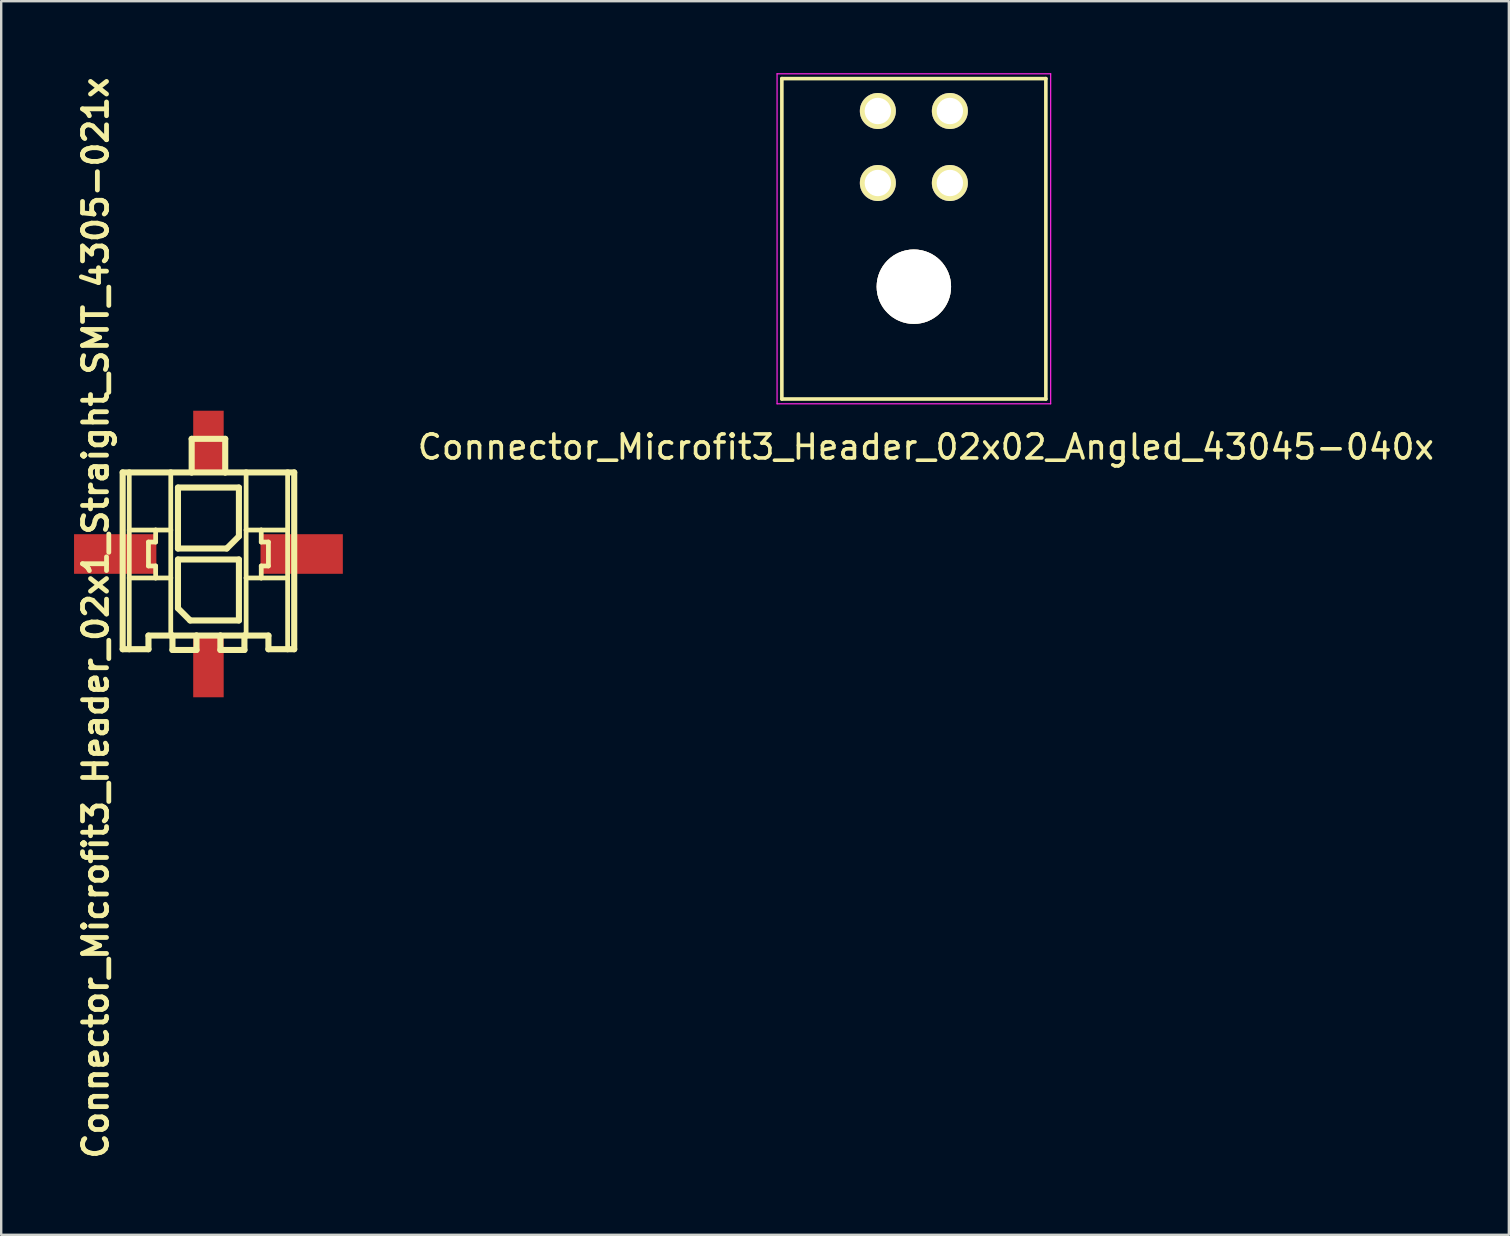
<source format=kicad_pcb>
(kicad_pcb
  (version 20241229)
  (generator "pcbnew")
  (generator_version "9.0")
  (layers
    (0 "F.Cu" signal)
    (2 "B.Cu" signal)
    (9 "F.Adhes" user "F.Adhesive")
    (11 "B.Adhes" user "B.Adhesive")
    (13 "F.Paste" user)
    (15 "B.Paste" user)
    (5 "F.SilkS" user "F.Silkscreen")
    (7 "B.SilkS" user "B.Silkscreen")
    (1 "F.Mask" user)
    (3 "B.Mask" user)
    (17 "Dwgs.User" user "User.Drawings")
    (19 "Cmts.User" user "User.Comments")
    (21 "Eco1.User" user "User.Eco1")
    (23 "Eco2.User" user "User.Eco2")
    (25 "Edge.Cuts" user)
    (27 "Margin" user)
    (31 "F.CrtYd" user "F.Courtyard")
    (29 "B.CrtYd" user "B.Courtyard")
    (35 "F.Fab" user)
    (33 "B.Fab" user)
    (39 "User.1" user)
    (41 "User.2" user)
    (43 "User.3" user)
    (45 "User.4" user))
  (footprint "Connector_Microfit3_Header_02x02_Angled_43045-040x"
    (layer "F.Cu")
    (at 36.527 4.575)
    (property "Reference" "Connector_Microfit3_Header_02x02_Angled_43045-040x" (at -1 11 0) (layer "F.SilkS") (effects (font (size 1 1) (thickness 0.15))))
    (attr through_hole)
    (fp_line (start -7 -4.35) (end 4 -4.35) (stroke (width 0.15) (type solid)) (layer "F.SilkS"))
    (fp_line (start -7 9) (end -7 -4.35) (stroke (width 0.15) (type solid)) (layer "F.SilkS"))
    (fp_line (start 4 -4.35) (end 4 9) (stroke (width 0.15) (type solid)) (layer "F.SilkS"))
    (fp_line (start 4 9) (end -7 9) (stroke (width 0.15) (type solid)) (layer "F.SilkS"))
    (fp_line (start -7.2 -4.55) (end -7.2 9.2) (stroke (width 0.05) (type solid)) (layer "F.CrtYd"))
    (fp_line (start -7.2 9.2) (end 4.2 9.2) (stroke (width 0.05) (type solid)) (layer "F.CrtYd"))
    (fp_line (start 4.2 -4.55) (end -7.2 -4.55) (stroke (width 0.05) (type solid)) (layer "F.CrtYd"))
    (fp_line (start 4.2 9.2) (end 4.2 -4.55) (stroke (width 0.05) (type solid)) (layer "F.CrtYd"))
    (pad "" thru_hole circle (at -1.5 4.32) (size 3.1 3.1) (drill 3.1) (layers "*.Cu" "*.Mask" "F.SilkS"))
    (pad "1" thru_hole circle (at 0 0) (size 1.5 1.5) (drill 1.1) (layers "*.Cu" "*.Mask" "F.SilkS"))
    (pad "2" thru_hole circle (at -3 0) (size 1.5 1.5) (drill 1.1) (layers "*.Cu" "*.Mask" "F.SilkS"))
    (pad "3" thru_hole circle (at 0 -3) (size 1.5 1.5) (drill 1.1) (layers "*.Cu" "*.Mask" "F.SilkS"))
    (pad "4" thru_hole circle (at -3 -3) (size 1.5 1.5) (drill 1.1) (layers "*.Cu" "*.Mask" "F.SilkS")))
  (footprint "Connector_Microfit3_Header_02x1_Straight_SMT_4305-021x"
    (layer "F.Cu")
    (at 5.635 20.033)
    (property "Reference" "Connector_Microfit3_Header_02x1_Straight_SMT_4305-021x" (at -4.699 2.667 90) (layer "F.SilkS") (effects (font (size 1 1) (thickness 0.2))))
    (attr smd)
    (fp_line (start -3.574 -3.399) (end -3.299 -3.399) (stroke (width 0.254) (type solid)) (layer "F.SilkS"))
    (fp_line (start -3.574 3.967) (end -3.574 -3.399) (stroke (width 0.254) (type solid)) (layer "F.SilkS"))
    (fp_line (start -3.299 -3.399) (end -1.57 -3.399) (stroke (width 0.254) (type solid)) (layer "F.SilkS"))
    (fp_line (start -3.299 -0.998) (end -3.299 -3.399) (stroke (width 0.198) (type solid)) (layer "F.SilkS"))
    (fp_line (start -3.299 0.998) (end -3.299 -0.998) (stroke (width 0.198) (type solid)) (layer "F.SilkS"))
    (fp_line (start -3.299 3.967) (end -3.574 3.967) (stroke (width 0.254) (type solid)) (layer "F.SilkS"))
    (fp_line (start -3.299 3.967) (end -3.299 0.998) (stroke (width 0.198) (type solid)) (layer "F.SilkS"))
    (fp_line (start -2.499 -0.498) (end -2.499 0.498) (stroke (width 0.198) (type solid)) (layer "F.SilkS"))
    (fp_line (start -2.499 0.498) (end -2.2 0.498) (stroke (width 0.198) (type solid)) (layer "F.SilkS"))
    (fp_line (start -2.499 3.399) (end -2.499 3.967) (stroke (width 0.254) (type solid)) (layer "F.SilkS"))
    (fp_line (start -2.499 3.967) (end -3.299 3.967) (stroke (width 0.254) (type solid)) (layer "F.SilkS"))
    (fp_line (start -2.2 -0.998) (end -3.299 -0.998) (stroke (width 0.198) (type solid)) (layer "F.SilkS"))
    (fp_line (start -2.2 -0.998) (end -2.2 -0.498) (stroke (width 0.198) (type solid)) (layer "F.SilkS"))
    (fp_line (start -2.2 -0.498) (end -2.499 -0.498) (stroke (width 0.198) (type solid)) (layer "F.SilkS"))
    (fp_line (start -2.2 0.498) (end -2.2 0.998) (stroke (width 0.198) (type solid)) (layer "F.SilkS"))
    (fp_line (start -2.2 0.998) (end -3.299 0.998) (stroke (width 0.198) (type solid)) (layer "F.SilkS"))
    (fp_line (start -1.57 -3.399) (end -0.699 -3.399) (stroke (width 0.254) (type solid)) (layer "F.SilkS"))
    (fp_line (start -1.57 -0.998) (end -2.2 -0.998) (stroke (width 0.198) (type solid)) (layer "F.SilkS"))
    (fp_line (start -1.57 -0.998) (end -1.57 -3.399) (stroke (width 0.198) (type solid)) (layer "F.SilkS"))
    (fp_line (start -1.57 0.998) (end -2.2 0.998) (stroke (width 0.198) (type solid)) (layer "F.SilkS"))
    (fp_line (start -1.57 0.998) (end -1.57 -0.998) (stroke (width 0.198) (type solid)) (layer "F.SilkS"))
    (fp_line (start -1.57 3.399) (end -2.499 3.399) (stroke (width 0.254) (type solid)) (layer "F.SilkS"))
    (fp_line (start -1.57 3.399) (end -1.57 0.998) (stroke (width 0.198) (type solid)) (layer "F.SilkS"))
    (fp_line (start -1.499 3.399) (end -1.57 3.399) (stroke (width 0.254) (type solid)) (layer "F.SilkS"))
    (fp_line (start -1.499 3.399) (end -1.499 3.998) (stroke (width 0.254) (type solid)) (layer "F.SilkS"))
    (fp_line (start -1.499 3.998) (end -0.498 3.998) (stroke (width 0.254) (type solid)) (layer "F.SilkS"))
    (fp_line (start -1.27 -2.769) (end -1.27 -0.229) (stroke (width 0.254) (type solid)) (layer "F.SilkS"))
    (fp_line (start -1.27 -0.229) (end 0.762 -0.229) (stroke (width 0.254) (type solid)) (layer "F.SilkS"))
    (fp_line (start -1.27 0.229) (end 1.27 0.229) (stroke (width 0.254) (type solid)) (layer "F.SilkS"))
    (fp_line (start -1.27 2.261) (end -1.27 0.229) (stroke (width 0.254) (type solid)) (layer "F.SilkS"))
    (fp_line (start -0.762 2.769) (end -1.27 2.261) (stroke (width 0.254) (type solid)) (layer "F.SilkS"))
    (fp_line (start -0.699 -4.798) (end -0.699 -3.399) (stroke (width 0.254) (type solid)) (layer "F.SilkS"))
    (fp_line (start -0.699 -4.798) (end 0.699 -4.798) (stroke (width 0.254) (type solid)) (layer "F.SilkS"))
    (fp_line (start -0.699 -3.399) (end 0.699 -3.399) (stroke (width 0.254) (type solid)) (layer "F.SilkS"))
    (fp_line (start -0.498 3.399) (end -1.499 3.399) (stroke (width 0.254) (type solid)) (layer "F.SilkS"))
    (fp_line (start -0.498 3.998) (end -0.498 3.399) (stroke (width 0.254) (type solid)) (layer "F.SilkS"))
    (fp_line (start 0.498 3.399) (end -0.498 3.399) (stroke (width 0.254) (type solid)) (layer "F.SilkS"))
    (fp_line (start 0.498 3.399) (end 0.498 3.998) (stroke (width 0.254) (type solid)) (layer "F.SilkS"))
    (fp_line (start 0.498 3.998) (end 1.499 3.998) (stroke (width 0.254) (type solid)) (layer "F.SilkS"))
    (fp_line (start 0.699 -4.798) (end 0.699 -3.399) (stroke (width 0.254) (type solid)) (layer "F.SilkS"))
    (fp_line (start 0.699 -3.399) (end 1.57 -3.399) (stroke (width 0.254) (type solid)) (layer "F.SilkS"))
    (fp_line (start 0.762 -0.229) (end 1.27 -0.737) (stroke (width 0.254) (type solid)) (layer "F.SilkS"))
    (fp_line (start 1.27 -2.769) (end -1.27 -2.769) (stroke (width 0.254) (type solid)) (layer "F.SilkS"))
    (fp_line (start 1.27 -0.737) (end 1.27 -2.769) (stroke (width 0.254) (type solid)) (layer "F.SilkS"))
    (fp_line (start 1.27 0.229) (end 1.27 2.769) (stroke (width 0.254) (type solid)) (layer "F.SilkS"))
    (fp_line (start 1.27 2.769) (end -0.762 2.769) (stroke (width 0.254) (type solid)) (layer "F.SilkS"))
    (fp_line (start 1.499 3.399) (end 0.498 3.399) (stroke (width 0.254) (type solid)) (layer "F.SilkS"))
    (fp_line (start 1.499 3.998) (end 1.499 3.399) (stroke (width 0.254) (type solid)) (layer "F.SilkS"))
    (fp_line (start 1.57 -3.399) (end 1.57 -0.998) (stroke (width 0.198) (type solid)) (layer "F.SilkS"))
    (fp_line (start 1.57 -3.399) (end 3.299 -3.399) (stroke (width 0.254) (type solid)) (layer "F.SilkS"))
    (fp_line (start 1.57 -0.998) (end 1.57 0.998) (stroke (width 0.198) (type solid)) (layer "F.SilkS"))
    (fp_line (start 1.57 -0.998) (end 2.2 -0.998) (stroke (width 0.198) (type solid)) (layer "F.SilkS"))
    (fp_line (start 1.57 0.998) (end 1.57 3.399) (stroke (width 0.198) (type solid)) (layer "F.SilkS"))
    (fp_line (start 1.57 0.998) (end 2.2 0.998) (stroke (width 0.198) (type solid)) (layer "F.SilkS"))
    (fp_line (start 1.57 3.399) (end 1.499 3.399) (stroke (width 0.254) (type solid)) (layer "F.SilkS"))
    (fp_line (start 2.2 -0.998) (end 2.2 -0.498) (stroke (width 0.198) (type solid)) (layer "F.SilkS"))
    (fp_line (start 2.2 -0.998) (end 3.299 -0.998) (stroke (width 0.198) (type solid)) (layer "F.SilkS"))
    (fp_line (start 2.2 -0.498) (end 2.499 -0.498) (stroke (width 0.198) (type solid)) (layer "F.SilkS"))
    (fp_line (start 2.2 0.498) (end 2.2 0.998) (stroke (width 0.198) (type solid)) (layer "F.SilkS"))
    (fp_line (start 2.2 0.998) (end 3.299 0.998) (stroke (width 0.198) (type solid)) (layer "F.SilkS"))
    (fp_line (start 2.499 -0.498) (end 2.499 0.498) (stroke (width 0.198) (type solid)) (layer "F.SilkS"))
    (fp_line (start 2.499 0.498) (end 2.2 0.498) (stroke (width 0.198) (type solid)) (layer "F.SilkS"))
    (fp_line (start 2.499 3.399) (end 1.57 3.399) (stroke (width 0.254) (type solid)) (layer "F.SilkS"))
    (fp_line (start 2.499 3.967) (end 2.499 3.399) (stroke (width 0.254) (type solid)) (layer "F.SilkS"))
    (fp_line (start 2.499 3.967) (end 3.299 3.967) (stroke (width 0.254) (type solid)) (layer "F.SilkS"))
    (fp_line (start 3.299 -3.399) (end 3.574 -3.399) (stroke (width 0.254) (type solid)) (layer "F.SilkS"))
    (fp_line (start 3.299 -0.998) (end 3.299 -3.399) (stroke (width 0.198) (type solid)) (layer "F.SilkS"))
    (fp_line (start 3.299 0.998) (end 3.299 -0.998) (stroke (width 0.198) (type solid)) (layer "F.SilkS"))
    (fp_line (start 3.299 3.967) (end 3.299 0.998) (stroke (width 0.198) (type solid)) (layer "F.SilkS"))
    (fp_line (start 3.299 3.967) (end 3.574 3.967) (stroke (width 0.254) (type solid)) (layer "F.SilkS"))
    (fp_line (start 3.574 -3.399) (end 3.574 3.967) (stroke (width 0.254) (type solid)) (layer "F.SilkS"))
    (pad "1" smd rect (at 0 4.7) (size 1.27 2.54) (layers "F.Cu" "F.Mask" "F.Paste"))
    (pad "2" smd rect (at 0 -4.7) (size 1.27 2.54) (layers "F.Cu" "F.Mask" "F.Paste"))
    (pad "CLIP" smd rect (at -3.885 0) (size 3.43 1.65) (layers "F.Cu" "F.Mask" "F.Paste"))
    (pad "CLIP" smd rect (at 3.885 0) (size 3.43 1.65) (layers "F.Cu" "F.Mask" "F.Paste")))
  (gr_rect
    (start -3 -3)
    (end 59.818 48.4)
    (stroke (width 0.1) (type default))
    (fill no)
    (layer "Edge.Cuts")))
</source>
